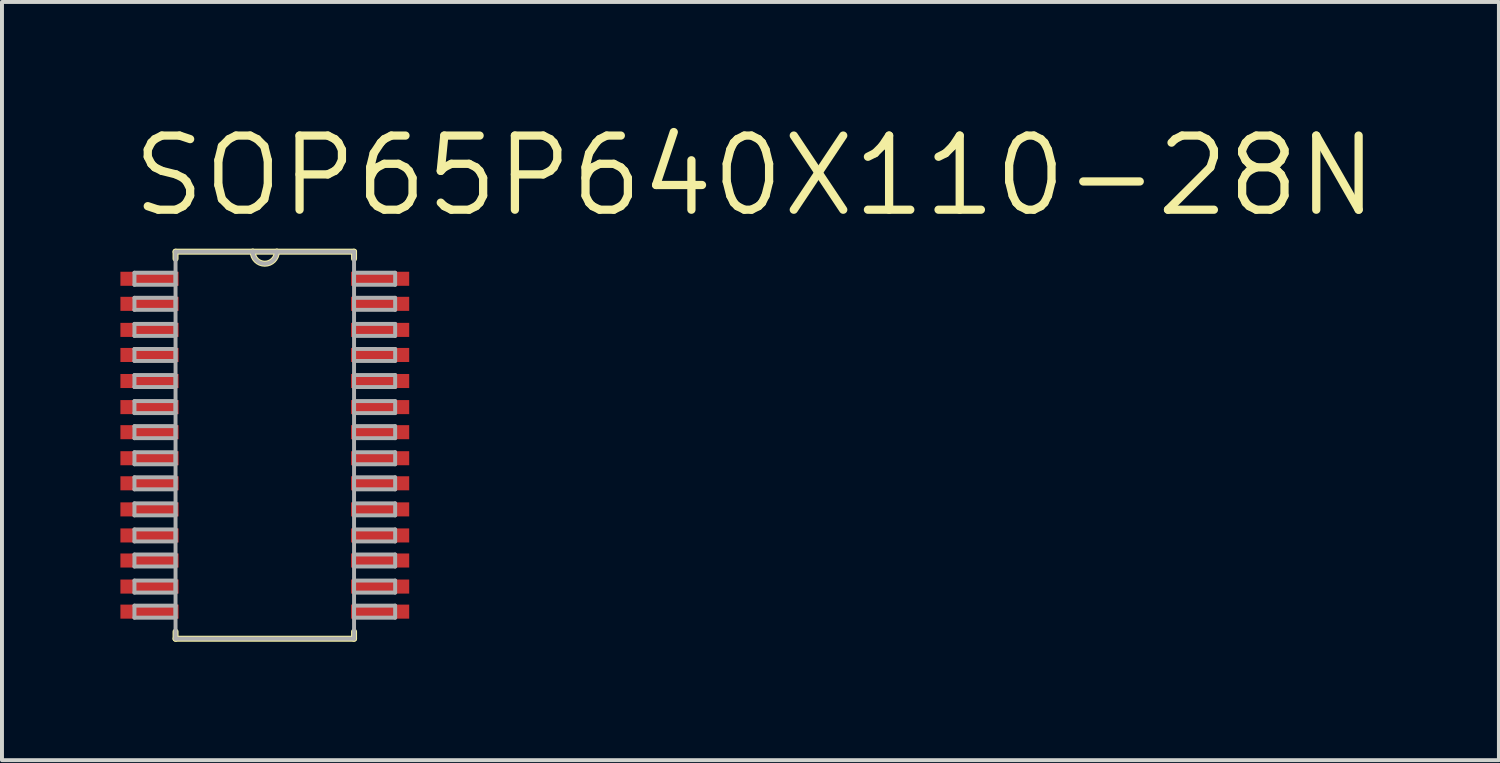
<source format=kicad_pcb>
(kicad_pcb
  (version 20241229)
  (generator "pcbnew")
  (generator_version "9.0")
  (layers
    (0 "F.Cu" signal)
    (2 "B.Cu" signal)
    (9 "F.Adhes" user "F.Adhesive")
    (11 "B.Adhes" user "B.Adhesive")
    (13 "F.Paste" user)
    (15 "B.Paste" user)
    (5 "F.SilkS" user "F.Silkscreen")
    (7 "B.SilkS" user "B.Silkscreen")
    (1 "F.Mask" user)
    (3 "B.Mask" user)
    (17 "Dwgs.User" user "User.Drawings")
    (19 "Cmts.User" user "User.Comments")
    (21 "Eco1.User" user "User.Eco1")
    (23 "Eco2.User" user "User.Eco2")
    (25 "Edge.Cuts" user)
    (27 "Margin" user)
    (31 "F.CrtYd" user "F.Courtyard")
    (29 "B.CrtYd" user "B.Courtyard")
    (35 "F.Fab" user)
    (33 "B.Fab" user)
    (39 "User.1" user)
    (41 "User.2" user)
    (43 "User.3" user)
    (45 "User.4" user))
  (footprint "SOP65P640X110-28N"
    (layer "F.Cu")
    (at 3.658 8.228)
    (property "Reference" "SOP65P640X110-28N" (at -3.46 -5.725 0) (unlocked yes) (layer "F.SilkS") (effects (font (size 1.878 1.878) (thickness 0.209)) (justify left bottom)))
    (fp_line (start -2.261 -4.902) (end -2.261 -4.724) (stroke (width 0.152) (type solid)) (layer "F.SilkS"))
    (fp_line (start -2.261 4.724) (end -2.261 4.902) (stroke (width 0.152) (type solid)) (layer "F.SilkS"))
    (fp_line (start -2.261 4.902) (end 2.261 4.902) (stroke (width 0.152) (type solid)) (layer "F.SilkS"))
    (fp_line (start -0.305 -4.902) (end -2.261 -4.902) (stroke (width 0.152) (type solid)) (layer "F.SilkS"))
    (fp_line (start 0.305 -4.902) (end -0.305 -4.902) (stroke (width 0.152) (type solid)) (layer "F.SilkS"))
    (fp_line (start 2.261 -4.902) (end 0.305 -4.902) (stroke (width 0.152) (type solid)) (layer "F.SilkS"))
    (fp_line (start 2.261 -4.724) (end 2.261 -4.902) (stroke (width 0.152) (type solid)) (layer "F.SilkS"))
    (fp_line (start 2.261 4.902) (end 2.261 4.724) (stroke (width 0.152) (type solid)) (layer "F.SilkS"))
    (fp_arc (start 0.3048 -4.9022) (mid 0 -4.5974) (end -0.3048 -4.9022) (stroke (width 0.1524) (type solid)) (layer "F.SilkS"))
    (fp_line (start -3.302 -4.369) (end -3.302 -4.064) (stroke (width 0.1) (type solid)) (layer "F.Fab"))
    (fp_line (start -3.302 -4.064) (end -2.261 -4.064) (stroke (width 0.1) (type solid)) (layer "F.Fab"))
    (fp_line (start -3.302 -3.734) (end -3.302 -3.429) (stroke (width 0.1) (type solid)) (layer "F.Fab"))
    (fp_line (start -3.302 -3.429) (end -2.261 -3.429) (stroke (width 0.1) (type solid)) (layer "F.Fab"))
    (fp_line (start -3.302 -3.073) (end -3.302 -2.769) (stroke (width 0.1) (type solid)) (layer "F.Fab"))
    (fp_line (start -3.302 -2.769) (end -2.261 -2.769) (stroke (width 0.1) (type solid)) (layer "F.Fab"))
    (fp_line (start -3.302 -2.438) (end -3.302 -2.134) (stroke (width 0.1) (type solid)) (layer "F.Fab"))
    (fp_line (start -3.302 -2.134) (end -2.261 -2.134) (stroke (width 0.1) (type solid)) (layer "F.Fab"))
    (fp_line (start -3.302 -1.778) (end -3.302 -1.473) (stroke (width 0.1) (type solid)) (layer "F.Fab"))
    (fp_line (start -3.302 -1.473) (end -2.261 -1.473) (stroke (width 0.1) (type solid)) (layer "F.Fab"))
    (fp_line (start -3.302 -1.118) (end -3.302 -0.813) (stroke (width 0.1) (type solid)) (layer "F.Fab"))
    (fp_line (start -3.302 -0.813) (end -2.261 -0.813) (stroke (width 0.1) (type solid)) (layer "F.Fab"))
    (fp_line (start -3.302 -0.483) (end -3.302 -0.178) (stroke (width 0.1) (type solid)) (layer "F.Fab"))
    (fp_line (start -3.302 -0.178) (end -2.261 -0.178) (stroke (width 0.1) (type solid)) (layer "F.Fab"))
    (fp_line (start -3.302 0.178) (end -3.302 0.483) (stroke (width 0.1) (type solid)) (layer "F.Fab"))
    (fp_line (start -3.302 0.483) (end -2.261 0.483) (stroke (width 0.1) (type solid)) (layer "F.Fab"))
    (fp_line (start -3.302 0.813) (end -3.302 1.118) (stroke (width 0.1) (type solid)) (layer "F.Fab"))
    (fp_line (start -3.302 1.118) (end -2.261 1.118) (stroke (width 0.1) (type solid)) (layer "F.Fab"))
    (fp_line (start -3.302 1.473) (end -3.302 1.778) (stroke (width 0.1) (type solid)) (layer "F.Fab"))
    (fp_line (start -3.302 1.778) (end -2.261 1.778) (stroke (width 0.1) (type solid)) (layer "F.Fab"))
    (fp_line (start -3.302 2.134) (end -3.302 2.438) (stroke (width 0.1) (type solid)) (layer "F.Fab"))
    (fp_line (start -3.302 2.438) (end -2.261 2.438) (stroke (width 0.1) (type solid)) (layer "F.Fab"))
    (fp_line (start -3.302 2.769) (end -3.302 3.073) (stroke (width 0.1) (type solid)) (layer "F.Fab"))
    (fp_line (start -3.302 3.073) (end -2.261 3.073) (stroke (width 0.1) (type solid)) (layer "F.Fab"))
    (fp_line (start -3.302 3.429) (end -3.302 3.734) (stroke (width 0.1) (type solid)) (layer "F.Fab"))
    (fp_line (start -3.302 3.734) (end -2.261 3.734) (stroke (width 0.1) (type solid)) (layer "F.Fab"))
    (fp_line (start -3.302 4.064) (end -3.302 4.369) (stroke (width 0.1) (type solid)) (layer "F.Fab"))
    (fp_line (start -3.302 4.369) (end -2.261 4.369) (stroke (width 0.1) (type solid)) (layer "F.Fab"))
    (fp_line (start -2.261 -4.902) (end -2.261 4.902) (stroke (width 0.1) (type solid)) (layer "F.Fab"))
    (fp_line (start -2.261 -4.369) (end -3.302 -4.369) (stroke (width 0.1) (type solid)) (layer "F.Fab"))
    (fp_line (start -2.261 -4.064) (end -2.261 -4.369) (stroke (width 0.1) (type solid)) (layer "F.Fab"))
    (fp_line (start -2.261 -3.734) (end -3.302 -3.734) (stroke (width 0.1) (type solid)) (layer "F.Fab"))
    (fp_line (start -2.261 -3.429) (end -2.261 -3.734) (stroke (width 0.1) (type solid)) (layer "F.Fab"))
    (fp_line (start -2.261 -3.073) (end -3.302 -3.073) (stroke (width 0.1) (type solid)) (layer "F.Fab"))
    (fp_line (start -2.261 -2.769) (end -2.261 -3.073) (stroke (width 0.1) (type solid)) (layer "F.Fab"))
    (fp_line (start -2.261 -2.438) (end -3.302 -2.438) (stroke (width 0.1) (type solid)) (layer "F.Fab"))
    (fp_line (start -2.261 -2.134) (end -2.261 -2.438) (stroke (width 0.1) (type solid)) (layer "F.Fab"))
    (fp_line (start -2.261 -1.778) (end -3.302 -1.778) (stroke (width 0.1) (type solid)) (layer "F.Fab"))
    (fp_line (start -2.261 -1.473) (end -2.261 -1.778) (stroke (width 0.1) (type solid)) (layer "F.Fab"))
    (fp_line (start -2.261 -1.118) (end -3.302 -1.118) (stroke (width 0.1) (type solid)) (layer "F.Fab"))
    (fp_line (start -2.261 -0.813) (end -2.261 -1.118) (stroke (width 0.1) (type solid)) (layer "F.Fab"))
    (fp_line (start -2.261 -0.483) (end -3.302 -0.483) (stroke (width 0.1) (type solid)) (layer "F.Fab"))
    (fp_line (start -2.261 -0.178) (end -2.261 -0.483) (stroke (width 0.1) (type solid)) (layer "F.Fab"))
    (fp_line (start -2.261 0.178) (end -3.302 0.178) (stroke (width 0.1) (type solid)) (layer "F.Fab"))
    (fp_line (start -2.261 0.483) (end -2.261 0.178) (stroke (width 0.1) (type solid)) (layer "F.Fab"))
    (fp_line (start -2.261 0.813) (end -3.302 0.813) (stroke (width 0.1) (type solid)) (layer "F.Fab"))
    (fp_line (start -2.261 1.118) (end -2.261 0.813) (stroke (width 0.1) (type solid)) (layer "F.Fab"))
    (fp_line (start -2.261 1.473) (end -3.302 1.473) (stroke (width 0.1) (type solid)) (layer "F.Fab"))
    (fp_line (start -2.261 1.778) (end -2.261 1.473) (stroke (width 0.1) (type solid)) (layer "F.Fab"))
    (fp_line (start -2.261 2.134) (end -3.302 2.134) (stroke (width 0.1) (type solid)) (layer "F.Fab"))
    (fp_line (start -2.261 2.438) (end -2.261 2.134) (stroke (width 0.1) (type solid)) (layer "F.Fab"))
    (fp_line (start -2.261 2.769) (end -3.302 2.769) (stroke (width 0.1) (type solid)) (layer "F.Fab"))
    (fp_line (start -2.261 3.073) (end -2.261 2.769) (stroke (width 0.1) (type solid)) (layer "F.Fab"))
    (fp_line (start -2.261 3.429) (end -3.302 3.429) (stroke (width 0.1) (type solid)) (layer "F.Fab"))
    (fp_line (start -2.261 3.734) (end -2.261 3.429) (stroke (width 0.1) (type solid)) (layer "F.Fab"))
    (fp_line (start -2.261 4.064) (end -3.302 4.064) (stroke (width 0.1) (type solid)) (layer "F.Fab"))
    (fp_line (start -2.261 4.369) (end -2.261 4.064) (stroke (width 0.1) (type solid)) (layer "F.Fab"))
    (fp_line (start -2.261 4.902) (end 2.261 4.902) (stroke (width 0.1) (type solid)) (layer "F.Fab"))
    (fp_line (start -0.305 -4.902) (end -2.261 -4.902) (stroke (width 0.1) (type solid)) (layer "F.Fab"))
    (fp_line (start 0.305 -4.902) (end -0.305 -4.902) (stroke (width 0.1) (type solid)) (layer "F.Fab"))
    (fp_line (start 2.261 -4.902) (end 0.305 -4.902) (stroke (width 0.1) (type solid)) (layer "F.Fab"))
    (fp_line (start 2.261 -4.369) (end 2.261 -4.064) (stroke (width 0.1) (type solid)) (layer "F.Fab"))
    (fp_line (start 2.261 -4.064) (end 3.302 -4.064) (stroke (width 0.1) (type solid)) (layer "F.Fab"))
    (fp_line (start 2.261 -3.734) (end 2.261 -3.429) (stroke (width 0.1) (type solid)) (layer "F.Fab"))
    (fp_line (start 2.261 -3.429) (end 3.302 -3.429) (stroke (width 0.1) (type solid)) (layer "F.Fab"))
    (fp_line (start 2.261 -3.073) (end 2.261 -2.769) (stroke (width 0.1) (type solid)) (layer "F.Fab"))
    (fp_line (start 2.261 -2.769) (end 3.302 -2.769) (stroke (width 0.1) (type solid)) (layer "F.Fab"))
    (fp_line (start 2.261 -2.438) (end 2.261 -2.134) (stroke (width 0.1) (type solid)) (layer "F.Fab"))
    (fp_line (start 2.261 -2.134) (end 3.302 -2.134) (stroke (width 0.1) (type solid)) (layer "F.Fab"))
    (fp_line (start 2.261 -1.778) (end 2.261 -1.473) (stroke (width 0.1) (type solid)) (layer "F.Fab"))
    (fp_line (start 2.261 -1.473) (end 3.302 -1.473) (stroke (width 0.1) (type solid)) (layer "F.Fab"))
    (fp_line (start 2.261 -1.118) (end 2.261 -0.813) (stroke (width 0.1) (type solid)) (layer "F.Fab"))
    (fp_line (start 2.261 -0.813) (end 3.302 -0.813) (stroke (width 0.1) (type solid)) (layer "F.Fab"))
    (fp_line (start 2.261 -0.483) (end 2.261 -0.178) (stroke (width 0.1) (type solid)) (layer "F.Fab"))
    (fp_line (start 2.261 -0.178) (end 3.302 -0.178) (stroke (width 0.1) (type solid)) (layer "F.Fab"))
    (fp_line (start 2.261 0.178) (end 2.261 0.483) (stroke (width 0.1) (type solid)) (layer "F.Fab"))
    (fp_line (start 2.261 0.483) (end 3.302 0.483) (stroke (width 0.1) (type solid)) (layer "F.Fab"))
    (fp_line (start 2.261 0.813) (end 2.261 1.118) (stroke (width 0.1) (type solid)) (layer "F.Fab"))
    (fp_line (start 2.261 1.118) (end 3.302 1.118) (stroke (width 0.1) (type solid)) (layer "F.Fab"))
    (fp_line (start 2.261 1.473) (end 2.261 1.778) (stroke (width 0.1) (type solid)) (layer "F.Fab"))
    (fp_line (start 2.261 1.778) (end 3.302 1.778) (stroke (width 0.1) (type solid)) (layer "F.Fab"))
    (fp_line (start 2.261 2.134) (end 2.261 2.438) (stroke (width 0.1) (type solid)) (layer "F.Fab"))
    (fp_line (start 2.261 2.438) (end 3.302 2.438) (stroke (width 0.1) (type solid)) (layer "F.Fab"))
    (fp_line (start 2.261 2.769) (end 2.261 3.073) (stroke (width 0.1) (type solid)) (layer "F.Fab"))
    (fp_line (start 2.261 3.073) (end 3.302 3.073) (stroke (width 0.1) (type solid)) (layer "F.Fab"))
    (fp_line (start 2.261 3.429) (end 2.261 3.734) (stroke (width 0.1) (type solid)) (layer "F.Fab"))
    (fp_line (start 2.261 3.734) (end 3.302 3.734) (stroke (width 0.1) (type solid)) (layer "F.Fab"))
    (fp_line (start 2.261 4.064) (end 2.261 4.369) (stroke (width 0.1) (type solid)) (layer "F.Fab"))
    (fp_line (start 2.261 4.369) (end 3.302 4.369) (stroke (width 0.1) (type solid)) (layer "F.Fab"))
    (fp_line (start 2.261 4.902) (end 2.261 -4.902) (stroke (width 0.1) (type solid)) (layer "F.Fab"))
    (fp_line (start 3.302 -4.369) (end 2.261 -4.369) (stroke (width 0.1) (type solid)) (layer "F.Fab"))
    (fp_line (start 3.302 -4.064) (end 3.302 -4.369) (stroke (width 0.1) (type solid)) (layer "F.Fab"))
    (fp_line (start 3.302 -3.734) (end 2.261 -3.734) (stroke (width 0.1) (type solid)) (layer "F.Fab"))
    (fp_line (start 3.302 -3.429) (end 3.302 -3.734) (stroke (width 0.1) (type solid)) (layer "F.Fab"))
    (fp_line (start 3.302 -3.073) (end 2.261 -3.073) (stroke (width 0.1) (type solid)) (layer "F.Fab"))
    (fp_line (start 3.302 -2.769) (end 3.302 -3.073) (stroke (width 0.1) (type solid)) (layer "F.Fab"))
    (fp_line (start 3.302 -2.438) (end 2.261 -2.438) (stroke (width 0.1) (type solid)) (layer "F.Fab"))
    (fp_line (start 3.302 -2.134) (end 3.302 -2.438) (stroke (width 0.1) (type solid)) (layer "F.Fab"))
    (fp_line (start 3.302 -1.778) (end 2.261 -1.778) (stroke (width 0.1) (type solid)) (layer "F.Fab"))
    (fp_line (start 3.302 -1.473) (end 3.302 -1.778) (stroke (width 0.1) (type solid)) (layer "F.Fab"))
    (fp_line (start 3.302 -1.118) (end 2.261 -1.118) (stroke (width 0.1) (type solid)) (layer "F.Fab"))
    (fp_line (start 3.302 -0.813) (end 3.302 -1.118) (stroke (width 0.1) (type solid)) (layer "F.Fab"))
    (fp_line (start 3.302 -0.483) (end 2.261 -0.483) (stroke (width 0.1) (type solid)) (layer "F.Fab"))
    (fp_line (start 3.302 -0.178) (end 3.302 -0.483) (stroke (width 0.1) (type solid)) (layer "F.Fab"))
    (fp_line (start 3.302 0.178) (end 2.261 0.178) (stroke (width 0.1) (type solid)) (layer "F.Fab"))
    (fp_line (start 3.302 0.483) (end 3.302 0.178) (stroke (width 0.1) (type solid)) (layer "F.Fab"))
    (fp_line (start 3.302 0.813) (end 2.261 0.813) (stroke (width 0.1) (type solid)) (layer "F.Fab"))
    (fp_line (start 3.302 1.118) (end 3.302 0.813) (stroke (width 0.1) (type solid)) (layer "F.Fab"))
    (fp_line (start 3.302 1.473) (end 2.261 1.473) (stroke (width 0.1) (type solid)) (layer "F.Fab"))
    (fp_line (start 3.302 1.778) (end 3.302 1.473) (stroke (width 0.1) (type solid)) (layer "F.Fab"))
    (fp_line (start 3.302 2.134) (end 2.261 2.134) (stroke (width 0.1) (type solid)) (layer "F.Fab"))
    (fp_line (start 3.302 2.438) (end 3.302 2.134) (stroke (width 0.1) (type solid)) (layer "F.Fab"))
    (fp_line (start 3.302 2.769) (end 2.261 2.769) (stroke (width 0.1) (type solid)) (layer "F.Fab"))
    (fp_line (start 3.302 3.073) (end 3.302 2.769) (stroke (width 0.1) (type solid)) (layer "F.Fab"))
    (fp_line (start 3.302 3.429) (end 2.261 3.429) (stroke (width 0.1) (type solid)) (layer "F.Fab"))
    (fp_line (start 3.302 3.734) (end 3.302 3.429) (stroke (width 0.1) (type solid)) (layer "F.Fab"))
    (fp_line (start 3.302 4.064) (end 2.261 4.064) (stroke (width 0.1) (type solid)) (layer "F.Fab"))
    (fp_line (start 3.302 4.369) (end 3.302 4.064) (stroke (width 0.1) (type solid)) (layer "F.Fab"))
    (fp_arc (start 0.3048 -4.9022) (mid 0 -4.5974) (end -0.3048 -4.9022) (stroke (width 0.1) (type solid)) (layer "F.Fab"))
    (pad "1" smd rect (at -2.921 -4.216) (size 1.473 0.356) (layers "F.Cu" "F.Mask" "F.Paste"))
    (pad "2" smd rect (at -2.921 -3.581) (size 1.473 0.356) (layers "F.Cu" "F.Mask" "F.Paste"))
    (pad "3" smd rect (at -2.921 -2.921) (size 1.473 0.356) (layers "F.Cu" "F.Mask" "F.Paste"))
    (pad "4" smd rect (at -2.921 -2.286) (size 1.473 0.356) (layers "F.Cu" "F.Mask" "F.Paste"))
    (pad "5" smd rect (at -2.921 -1.626) (size 1.473 0.356) (layers "F.Cu" "F.Mask" "F.Paste"))
    (pad "6" smd rect (at -2.921 -0.965) (size 1.473 0.356) (layers "F.Cu" "F.Mask" "F.Paste"))
    (pad "7" smd rect (at -2.921 -0.33) (size 1.473 0.356) (layers "F.Cu" "F.Mask" "F.Paste"))
    (pad "8" smd rect (at -2.921 0.33) (size 1.473 0.356) (layers "F.Cu" "F.Mask" "F.Paste"))
    (pad "9" smd rect (at -2.921 0.965) (size 1.473 0.356) (layers "F.Cu" "F.Mask" "F.Paste"))
    (pad "10" smd rect (at -2.921 1.626) (size 1.473 0.356) (layers "F.Cu" "F.Mask" "F.Paste"))
    (pad "11" smd rect (at -2.921 2.286) (size 1.473 0.356) (layers "F.Cu" "F.Mask" "F.Paste"))
    (pad "12" smd rect (at -2.921 2.921) (size 1.473 0.356) (layers "F.Cu" "F.Mask" "F.Paste"))
    (pad "13" smd rect (at -2.921 3.581) (size 1.473 0.356) (layers "F.Cu" "F.Mask" "F.Paste"))
    (pad "14" smd rect (at -2.921 4.216) (size 1.473 0.356) (layers "F.Cu" "F.Mask" "F.Paste"))
    (pad "15" smd rect (at 2.921 4.216) (size 1.473 0.356) (layers "F.Cu" "F.Mask" "F.Paste"))
    (pad "16" smd rect (at 2.921 3.581) (size 1.473 0.356) (layers "F.Cu" "F.Mask" "F.Paste"))
    (pad "17" smd rect (at 2.921 2.921) (size 1.473 0.356) (layers "F.Cu" "F.Mask" "F.Paste"))
    (pad "18" smd rect (at 2.921 2.286) (size 1.473 0.356) (layers "F.Cu" "F.Mask" "F.Paste"))
    (pad "19" smd rect (at 2.921 1.626) (size 1.473 0.356) (layers "F.Cu" "F.Mask" "F.Paste"))
    (pad "20" smd rect (at 2.921 0.965) (size 1.473 0.356) (layers "F.Cu" "F.Mask" "F.Paste"))
    (pad "21" smd rect (at 2.921 0.33) (size 1.473 0.356) (layers "F.Cu" "F.Mask" "F.Paste"))
    (pad "22" smd rect (at 2.921 -0.33) (size 1.473 0.356) (layers "F.Cu" "F.Mask" "F.Paste"))
    (pad "23" smd rect (at 2.921 -0.965) (size 1.473 0.356) (layers "F.Cu" "F.Mask" "F.Paste"))
    (pad "24" smd rect (at 2.921 -1.626) (size 1.473 0.356) (layers "F.Cu" "F.Mask" "F.Paste"))
    (pad "25" smd rect (at 2.921 -2.286) (size 1.473 0.356) (layers "F.Cu" "F.Mask" "F.Paste"))
    (pad "26" smd rect (at 2.921 -2.921) (size 1.473 0.356) (layers "F.Cu" "F.Mask" "F.Paste"))
    (pad "27" smd rect (at 2.921 -3.581) (size 1.473 0.356) (layers "F.Cu" "F.Mask" "F.Paste"))
    (pad "28" smd rect (at 2.921 -4.216) (size 1.473 0.356) (layers "F.Cu" "F.Mask" "F.Paste")))
  (gr_rect
    (start -3 -3)
    (end 34.921 16.207)
    (stroke (width 0.1) (type default))
    (fill no)
    (layer "Edge.Cuts")))
</source>
